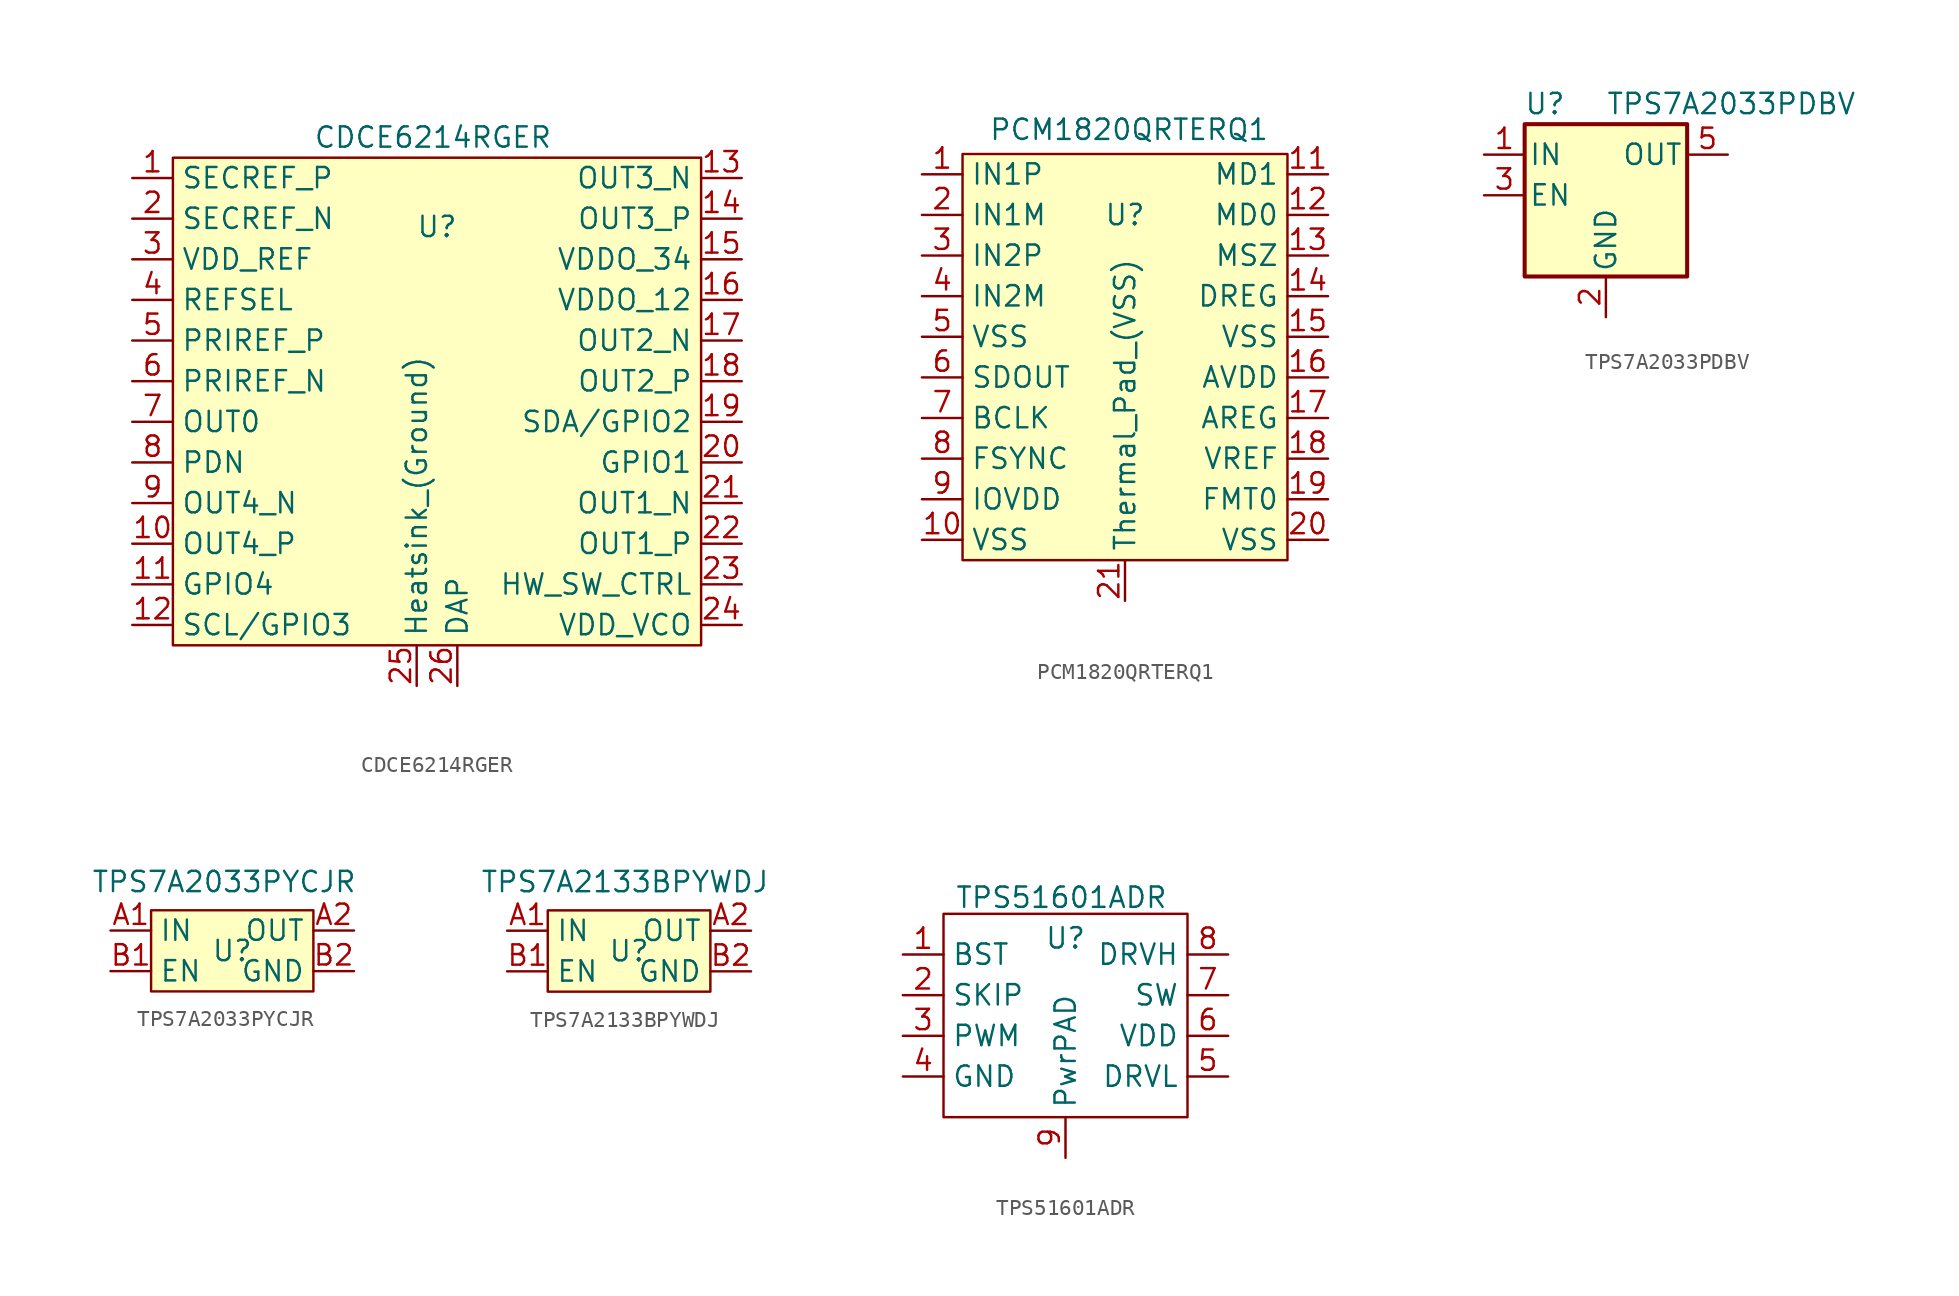
<source format=kicad_sym>
(kicad_symbol_lib
  (version 20241209)
  (generator "kicad_symbol_editor")
  (generator_version "9.0")
  (symbol "CDCE6214RGER"
    (property "Reference" "U"
      (at 0 10.922 0)
      (effects (font (size 1.27 1.27))))
    (property "Value" "CDCE6214RGER"
      (at -0.254 16.51 0)
      (effects (font (size 1.27 1.27))))
    (symbol "CDCE6214RGER_1_1"
      (rectangle (start -16.51 15.24) (end 16.51 -15.24) (stroke (width 0) (type solid)) (fill (type background)))
      (pin input line (at -19.05 13.97 0) (length 2.54) (name "SECREF_P" (effects (font (size 1.27 1.27)))) (number "1" (effects (font (size 1.27 1.27)))))
      (pin input line (at -19.05 11.43 0) (length 2.54) (name "SECREF_N" (effects (font (size 1.27 1.27)))) (number "2" (effects (font (size 1.27 1.27)))))
      (pin power_in line (at -19.05 8.89 0) (length 2.54) (name "VDD_REF" (effects (font (size 1.27 1.27)))) (number "3" (effects (font (size 1.27 1.27)))))
      (pin tri_state line (at -19.05 6.35 0) (length 2.54) (name "REFSEL" (effects (font (size 1.27 1.27)))) (number "4" (effects (font (size 1.27 1.27)))))
      (pin input line (at -19.05 3.81 0) (length 2.54) (name "PRIREF_P" (effects (font (size 1.27 1.27)))) (number "5" (effects (font (size 1.27 1.27)))))
      (pin input line (at -19.05 1.27 0) (length 2.54) (name "PRIREF_N" (effects (font (size 1.27 1.27)))) (number "6" (effects (font (size 1.27 1.27)))))
      (pin output line (at -19.05 -1.27 0) (length 2.54) (name "OUT0" (effects (font (size 1.27 1.27)))) (number "7" (effects (font (size 1.27 1.27)))))
      (pin input line (at -19.05 -3.81 0) (length 2.54) (name "PDN" (effects (font (size 1.27 1.27)))) (number "8" (effects (font (size 1.27 1.27)))))
      (pin output line (at -19.05 -6.35 0) (length 2.54) (name "OUT4_N" (effects (font (size 1.27 1.27)))) (number "9" (effects (font (size 1.27 1.27)))))
      (pin output line (at -19.05 -8.89 0) (length 2.54) (name "OUT4_P" (effects (font (size 1.27 1.27)))) (number "10" (effects (font (size 1.27 1.27)))))
      (pin bidirectional line (at -19.05 -11.43 0) (length 2.54) (name "GPIO4" (effects (font (size 1.27 1.27)))) (number "11" (effects (font (size 1.27 1.27)))))
      (pin input line (at -19.05 -13.97 0) (length 2.54) (name "SCL/GPIO3" (effects (font (size 1.27 1.27)))) (number "12" (effects (font (size 1.27 1.27)))))
      (pin power_in line (at -1.27 -17.78 90) (length 2.54) (name "Heatsink_(Ground)" (effects (font (size 1.27 1.27)))) (number "25" (effects (font (size 1.27 1.27)))))
      (pin passive line (at 1.27 -17.78 90) (length 2.54) (name "DAP" (effects (font (size 1.27 1.27)))) (number "26" (effects (font (size 1.27 1.27)))))
      (pin output line (at 19.05 13.97 180) (length 2.54) (name "OUT3_N" (effects (font (size 1.27 1.27)))) (number "13" (effects (font (size 1.27 1.27)))))
      (pin output line (at 19.05 11.43 180) (length 2.54) (name "OUT3_P" (effects (font (size 1.27 1.27)))) (number "14" (effects (font (size 1.27 1.27)))))
      (pin power_in line (at 19.05 8.89 180) (length 2.54) (name "VDDO_34" (effects (font (size 1.27 1.27)))) (number "15" (effects (font (size 1.27 1.27)))))
      (pin power_in line (at 19.05 6.35 180) (length 2.54) (name "VDDO_12" (effects (font (size 1.27 1.27)))) (number "16" (effects (font (size 1.27 1.27)))))
      (pin output line (at 19.05 3.81 180) (length 2.54) (name "OUT2_N" (effects (font (size 1.27 1.27)))) (number "17" (effects (font (size 1.27 1.27)))))
      (pin output line (at 19.05 1.27 180) (length 2.54) (name "OUT2_P" (effects (font (size 1.27 1.27)))) (number "18" (effects (font (size 1.27 1.27)))))
      (pin bidirectional line (at 19.05 -1.27 180) (length 2.54) (name "SDA/GPIO2" (effects (font (size 1.27 1.27)))) (number "19" (effects (font (size 1.27 1.27)))))
      (pin bidirectional line (at 19.05 -3.81 180) (length 2.54) (name "GPIO1" (effects (font (size 1.27 1.27)))) (number "20" (effects (font (size 1.27 1.27)))))
      (pin output line (at 19.05 -6.35 180) (length 2.54) (name "OUT1_N" (effects (font (size 1.27 1.27)))) (number "21" (effects (font (size 1.27 1.27)))))
      (pin output line (at 19.05 -8.89 180) (length 2.54) (name "OUT1_P" (effects (font (size 1.27 1.27)))) (number "22" (effects (font (size 1.27 1.27)))))
      (pin tri_state line (at 19.05 -11.43 180) (length 2.54) (name "HW_SW_CTRL" (effects (font (size 1.27 1.27)))) (number "23" (effects (font (size 1.27 1.27)))))
      (pin power_in line (at 19.05 -13.97 180) (length 2.54) (name "VDD_VCO" (effects (font (size 1.27 1.27)))) (number "24" (effects (font (size 1.27 1.27)))))))
  (symbol "PCM1820QRTERQ1"
    (property "Reference" "U"
      (at 0 8.89 0)
      (effects (font (size 1.27 1.27))))
    (property "Value" "PCM1820QRTERQ1"
      (at 0.254 14.224 0)
      (effects (font (size 1.27 1.27))))
    (symbol "PCM1820QRTERQ1_1_1"
      (rectangle (start -10.16 12.7) (end 10.16 -12.7) (stroke (width 0) (type default)) (fill (type background)))
      (pin input line (at -12.7 11.43 0) (length 2.54) (name "IN1P" (effects (font (size 1.27 1.27)))) (number "1" (effects (font (size 1.27 1.27)))))
      (pin input line (at -12.7 8.89 0) (length 2.54) (name "IN1M" (effects (font (size 1.27 1.27)))) (number "2" (effects (font (size 1.27 1.27)))))
      (pin input line (at -12.7 6.35 0) (length 2.54) (name "IN2P" (effects (font (size 1.27 1.27)))) (number "3" (effects (font (size 1.27 1.27)))))
      (pin input line (at -12.7 3.81 0) (length 2.54) (name "IN2M" (effects (font (size 1.27 1.27)))) (number "4" (effects (font (size 1.27 1.27)))))
      (pin power_in line (at -12.7 1.27 0) (length 2.54) (name "VSS" (effects (font (size 1.27 1.27)))) (number "5" (effects (font (size 1.27 1.27)))))
      (pin output line (at -12.7 -1.27 0) (length 2.54) (name "SDOUT" (effects (font (size 1.27 1.27)))) (number "6" (effects (font (size 1.27 1.27)))))
      (pin bidirectional line (at -12.7 -3.81 0) (length 2.54) (name "BCLK" (effects (font (size 1.27 1.27)))) (number "7" (effects (font (size 1.27 1.27)))))
      (pin bidirectional line (at -12.7 -6.35 0) (length 2.54) (name "FSYNC" (effects (font (size 1.27 1.27)))) (number "8" (effects (font (size 1.27 1.27)))))
      (pin power_in line (at -12.7 -8.89 0) (length 2.54) (name "IOVDD" (effects (font (size 1.27 1.27)))) (number "9" (effects (font (size 1.27 1.27)))))
      (pin power_in line (at -12.7 -11.43 0) (length 2.54) (name "VSS" (effects (font (size 1.27 1.27)))) (number "10" (effects (font (size 1.27 1.27)))))
      (pin power_in line (at 0 -15.24 90) (length 2.54) (name "Thermal_Pad_(VSS)" (effects (font (size 1.27 1.27)))) (number "21" (effects (font (size 1.27 1.27)))))
      (pin input line (at 12.7 11.43 180) (length 2.54) (name "MD1" (effects (font (size 1.27 1.27)))) (number "11" (effects (font (size 1.27 1.27)))))
      (pin input line (at 12.7 8.89 180) (length 2.54) (name "MD0" (effects (font (size 1.27 1.27)))) (number "12" (effects (font (size 1.27 1.27)))))
      (pin input line (at 12.7 6.35 180) (length 2.54) (name "MSZ" (effects (font (size 1.27 1.27)))) (number "13" (effects (font (size 1.27 1.27)))))
      (pin power_out line (at 12.7 3.81 180) (length 2.54) (name "DREG" (effects (font (size 1.27 1.27)))) (number "14" (effects (font (size 1.27 1.27)))))
      (pin power_in line (at 12.7 1.27 180) (length 2.54) (name "VSS" (effects (font (size 1.27 1.27)))) (number "15" (effects (font (size 1.27 1.27)))))
      (pin power_in line (at 12.7 -1.27 180) (length 2.54) (name "AVDD" (effects (font (size 1.27 1.27)))) (number "16" (effects (font (size 1.27 1.27)))))
      (pin power_in line (at 12.7 -3.81 180) (length 2.54) (name "AREG" (effects (font (size 1.27 1.27)))) (number "17" (effects (font (size 1.27 1.27)))))
      (pin power_in line (at 12.7 -6.35 180) (length 2.54) (name "VREF" (effects (font (size 1.27 1.27)))) (number "18" (effects (font (size 1.27 1.27)))))
      (pin power_in line (at 12.7 -8.89 180) (length 2.54) (name "FMT0" (effects (font (size 1.27 1.27)))) (number "19" (effects (font (size 1.27 1.27)))))
      (pin power_in line (at 12.7 -11.43 180) (length 2.54) (name "VSS" (effects (font (size 1.27 1.27)))) (number "20" (effects (font (size 1.27 1.27)))))))
  (symbol "TPS7A2033PDBV"
    (pin_names
      (offset 0.254))
    (property "Reference" "U"
      (at -3.81 5.715 0)
      (effects (font (size 1.27 1.27))))
    (property "Value" "TPS7A2033PDBV"
      (at 0 5.715 0)
      (effects (font (size 1.27 1.27)) (justify left)))
    (symbol "TPS7A2033PDBV_0_1"
      (rectangle (start -5.08 4.445) (end 5.08 -5.08) (stroke (width 0.254) (type default)) (fill (type background))))
    (symbol "TPS7A2033PDBV_1_1"
      (pin power_in line (at -7.62 2.54 0) (length 2.54) (name "IN" (effects (font (size 1.27 1.27)))) (number "1" (effects (font (size 1.27 1.27)))))
      (pin input line (at -7.62 0 0) (length 2.54) (name "EN" (effects (font (size 1.27 1.27)))) (number "3" (effects (font (size 1.27 1.27)))))
      (pin power_in line (at 0 -7.62 90) (length 2.54) (name "GND" (effects (font (size 1.27 1.27)))) (number "2" (effects (font (size 1.27 1.27)))))
      (pin no_connect line (at 5.08 0 180) (length 2.54) (hide yes) (name "NC" (effects (font (size 1.27 1.27)))) (number "4" (effects (font (size 1.27 1.27)))))
      (pin power_out line (at 7.62 2.54 180) (length 2.54) (name "OUT" (effects (font (size 1.27 1.27)))) (number "5" (effects (font (size 1.27 1.27)))))))
  (symbol "TPS7A2033PYCJR"
    (property "Reference" "U"
      (at 0 0 0)
      (effects (font (size 1.27 1.27))))
    (property "Value" "TPS7A2033PYCJR"
      (at -0.508 4.318 0)
      (effects (font (size 1.27 1.27))))
    (symbol "TPS7A2033PYCJR_1_1"
      (rectangle (start -5.08 2.54) (end 5.08 -2.54) (stroke (width 0) (type default)) (fill (type background)))
      (pin input line (at -7.62 1.27 0) (length 2.54) (name "IN" (effects (font (size 1.27 1.27)))) (number "A1" (effects (font (size 1.27 1.27)))))
      (pin input line (at -7.62 -1.27 0) (length 2.54) (name "EN" (effects (font (size 1.27 1.27)))) (number "B1" (effects (font (size 1.27 1.27)))))
      (pin output line (at 7.62 1.27 180) (length 2.54) (name "OUT" (effects (font (size 1.27 1.27)))) (number "A2" (effects (font (size 1.27 1.27)))))
      (pin power_in line (at 7.62 -1.27 180) (length 2.54) (name "GND" (effects (font (size 1.27 1.27)))) (number "B2" (effects (font (size 1.27 1.27)))))))
  (symbol "TPS7A2133BPYWDJ"
    (property "Reference" "U"
      (at 0 0 0)
      (effects (font (size 1.27 1.27))))
    (property "Value" "TPS7A2133BPYWDJ"
      (at -0.254 4.318 0)
      (effects (font (size 1.27 1.27))))
    (symbol "TPS7A2133BPYWDJ_1_1"
      (rectangle (start -5.08 2.54) (end 5.08 -2.54) (stroke (width 0) (type default)) (fill (type background)))
      (pin input line (at -7.62 1.27 0) (length 2.54) (name "IN" (effects (font (size 1.27 1.27)))) (number "A1" (effects (font (size 1.27 1.27)))))
      (pin input line (at -7.62 -1.27 0) (length 2.54) (name "EN" (effects (font (size 1.27 1.27)))) (number "B1" (effects (font (size 1.27 1.27)))))
      (pin output line (at 7.62 1.27 180) (length 2.54) (name "OUT" (effects (font (size 1.27 1.27)))) (number "A2" (effects (font (size 1.27 1.27)))))
      (pin power_in line (at 7.62 -1.27 180) (length 2.54) (name "GND" (effects (font (size 1.27 1.27)))) (number "B2" (effects (font (size 1.27 1.27)))))))
  (symbol "TPS51601ADR"
    (property "Reference" "U"
      (at 0 4.826 0)
      (effects (font (size 1.27 1.27))))
    (property "Value" "TPS51601ADR"
      (at -0.254 7.366 0)
      (effects (font (size 1.27 1.27))))
    (symbol "TPS51601ADR_0_1"
      (rectangle (start -7.62 6.35) (end 7.62 -6.35) (stroke (width 0) (type default)) (fill (type none))))
    (symbol "TPS51601ADR_1_1"
      (pin input line (at -10.16 3.81 0) (length 2.54) (name "BST" (effects (font (size 1.27 1.27)))) (number "1" (effects (font (size 1.27 1.27)))))
      (pin input line (at -10.16 1.27 0) (length 2.54) (name "SKIP" (effects (font (size 1.27 1.27)))) (number "2" (effects (font (size 1.27 1.27)))))
      (pin input line (at -10.16 -1.27 0) (length 2.54) (name "PWM" (effects (font (size 1.27 1.27)))) (number "3" (effects (font (size 1.27 1.27)))))
      (pin power_in line (at -10.16 -3.81 0) (length 2.54) (name "GND" (effects (font (size 1.27 1.27)))) (number "4" (effects (font (size 1.27 1.27)))))
      (pin passive line (at 0 -8.89 90) (length 2.54) (name "PwrPAD" (effects (font (size 1.27 1.27)))) (number "9" (effects (font (size 1.27 1.27)))))
      (pin input line (at 10.16 3.81 180) (length 2.54) (name "DRVH" (effects (font (size 1.27 1.27)))) (number "8" (effects (font (size 1.27 1.27)))))
      (pin bidirectional line (at 10.16 1.27 180) (length 2.54) (name "SW" (effects (font (size 1.27 1.27)))) (number "7" (effects (font (size 1.27 1.27)))))
      (pin power_in line (at 10.16 -1.27 180) (length 2.54) (name "VDD" (effects (font (size 1.27 1.27)))) (number "6" (effects (font (size 1.27 1.27)))))
      (pin input line (at 10.16 -3.81 180) (length 2.54) (name "DRVL" (effects (font (size 1.27 1.27)))) (number "5" (effects (font (size 1.27 1.27))))))))
</source>
